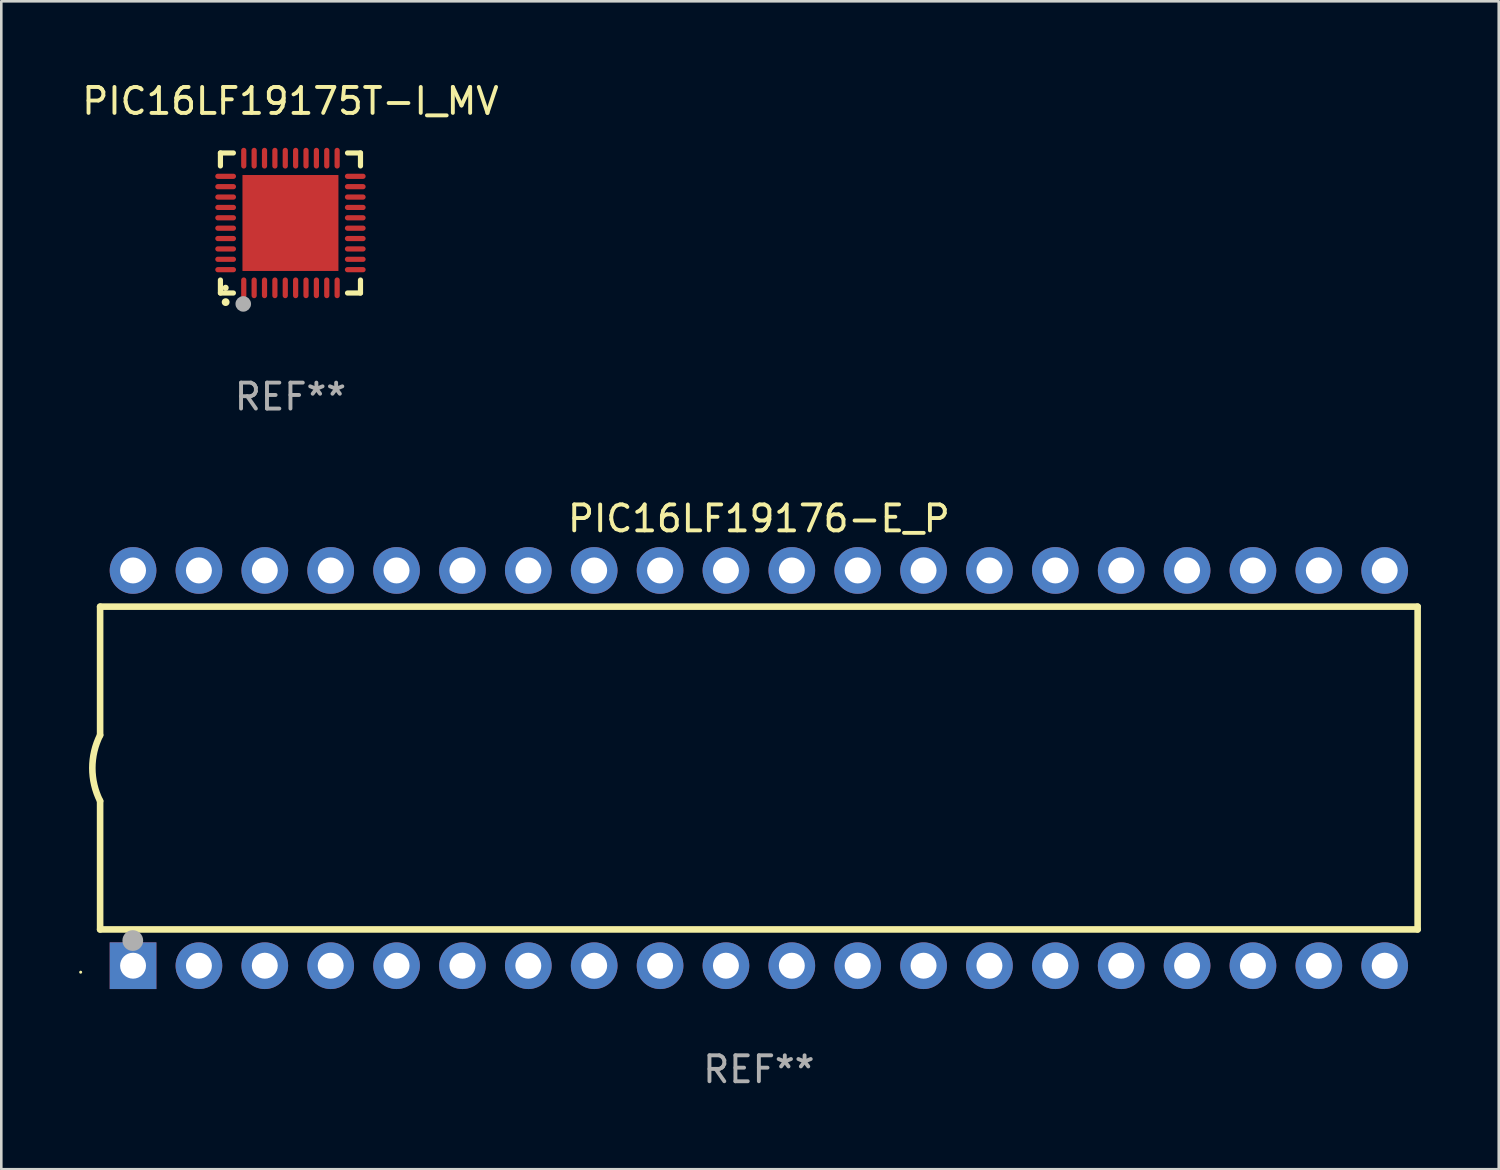
<source format=kicad_pcb>
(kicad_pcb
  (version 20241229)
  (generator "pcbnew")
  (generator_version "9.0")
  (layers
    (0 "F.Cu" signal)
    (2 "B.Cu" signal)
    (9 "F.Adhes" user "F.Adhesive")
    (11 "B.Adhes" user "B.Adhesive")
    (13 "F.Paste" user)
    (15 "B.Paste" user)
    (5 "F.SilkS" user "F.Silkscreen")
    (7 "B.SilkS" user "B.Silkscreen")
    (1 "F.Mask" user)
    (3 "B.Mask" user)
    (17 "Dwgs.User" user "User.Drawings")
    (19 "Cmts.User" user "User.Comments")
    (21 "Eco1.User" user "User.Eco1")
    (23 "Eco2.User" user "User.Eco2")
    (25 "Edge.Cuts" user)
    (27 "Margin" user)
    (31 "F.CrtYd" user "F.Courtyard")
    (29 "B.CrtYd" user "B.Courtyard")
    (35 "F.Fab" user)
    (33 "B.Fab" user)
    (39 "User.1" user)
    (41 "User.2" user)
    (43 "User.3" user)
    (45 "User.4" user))
  (footprint "PIC16LF19175T-I_MV"
    (layer "F.Cu")
    (at 8.149 5.548)
    (property "Reference" "PIC16LF19175T-I_MV" (at 0 -4.7 0) (layer "F.SilkS") (effects (font (size 1 1) (thickness 0.15))))
    (attr through_hole)
    (fp_line (start -2.7 -2.7) (end -2.7 -2.2) (stroke (width 0.2) (type solid)) (layer "F.SilkS"))
    (fp_line (start -2.7 2.7) (end -2.7 2.2) (stroke (width 0.2) (type solid)) (layer "F.SilkS"))
    (fp_line (start -2.2 -2.7) (end -2.7 -2.7) (stroke (width 0.2) (type solid)) (layer "F.SilkS"))
    (fp_line (start -2.2 2.7) (end -2.7 2.7) (stroke (width 0.2) (type solid)) (layer "F.SilkS"))
    (fp_line (start 2.7 -2.7) (end 2.2 -2.7) (stroke (width 0.2) (type solid)) (layer "F.SilkS"))
    (fp_line (start 2.7 -2.2) (end 2.7 -2.7) (stroke (width 0.2) (type solid)) (layer "F.SilkS"))
    (fp_line (start 2.7 2.2) (end 2.7 2.7) (stroke (width 0.2) (type solid)) (layer "F.SilkS"))
    (fp_line (start 2.7 2.7) (end 2.2 2.7) (stroke (width 0.2) (type solid)) (layer "F.SilkS"))
    (fp_arc (start -2.499365 3.050546) (mid -2.498095 3.050541) (end -2.496825 3.050546) (stroke (width 0.3) (type solid)) (layer "F.SilkS"))
    (fp_circle (center -2.5 2.5) (end -2.44 2.5) (stroke (width 0.12) (type solid)) (fill no) (layer "F.SilkS"))
    (fp_circle (center -1.82 3.12) (end -1.67 3.12) (stroke (width 0.3) (type solid)) (fill no) (layer "F.Fab"))
    (fp_text user "REF**" (at 0 6.7 0) (layer "F.Fab") (effects (font (size 1 1) (thickness 0.15))))
    (pad "1" smd oval (at -1.8 2.499) (size 0.2 0.8) (layers "F.Cu" "F.Mask" "F.Paste"))
    (pad "2" smd oval (at -1.4 2.499) (size 0.2 0.8) (layers "F.Cu" "F.Mask" "F.Paste"))
    (pad "3" smd oval (at -1 2.499) (size 0.2 0.8) (layers "F.Cu" "F.Mask" "F.Paste"))
    (pad "4" smd oval (at -0.6 2.499) (size 0.2 0.8) (layers "F.Cu" "F.Mask" "F.Paste"))
    (pad "5" smd oval (at -0.2 2.499) (size 0.2 0.8) (layers "F.Cu" "F.Mask" "F.Paste"))
    (pad "6" smd oval (at 0.2 2.499) (size 0.2 0.8) (layers "F.Cu" "F.Mask" "F.Paste"))
    (pad "7" smd oval (at 0.6 2.499) (size 0.2 0.8) (layers "F.Cu" "F.Mask" "F.Paste"))
    (pad "8" smd oval (at 1 2.499) (size 0.2 0.8) (layers "F.Cu" "F.Mask" "F.Paste"))
    (pad "9" smd oval (at 1.4 2.499) (size 0.2 0.8) (layers "F.Cu" "F.Mask" "F.Paste"))
    (pad "10" smd oval (at 1.8 2.499) (size 0.2 0.8) (layers "F.Cu" "F.Mask" "F.Paste"))
    (pad "11" smd oval (at 2.499 1.8) (size 0.8 0.2) (layers "F.Cu" "F.Mask" "F.Paste"))
    (pad "12" smd oval (at 2.499 1.4) (size 0.8 0.2) (layers "F.Cu" "F.Mask" "F.Paste"))
    (pad "13" smd oval (at 2.499 1) (size 0.8 0.2) (layers "F.Cu" "F.Mask" "F.Paste"))
    (pad "14" smd oval (at 2.499 0.6) (size 0.8 0.2) (layers "F.Cu" "F.Mask" "F.Paste"))
    (pad "15" smd oval (at 2.499 0.2) (size 0.8 0.2) (layers "F.Cu" "F.Mask" "F.Paste"))
    (pad "16" smd oval (at 2.499 -0.2) (size 0.8 0.2) (layers "F.Cu" "F.Mask" "F.Paste"))
    (pad "17" smd oval (at 2.499 -0.6) (size 0.8 0.2) (layers "F.Cu" "F.Mask" "F.Paste"))
    (pad "18" smd oval (at 2.499 -1) (size 0.8 0.2) (layers "F.Cu" "F.Mask" "F.Paste"))
    (pad "19" smd oval (at 2.499 -1.4) (size 0.8 0.2) (layers "F.Cu" "F.Mask" "F.Paste"))
    (pad "20" smd oval (at 2.499 -1.8) (size 0.8 0.2) (layers "F.Cu" "F.Mask" "F.Paste"))
    (pad "21" smd oval (at 1.8 -2.499) (size 0.2 0.8) (layers "F.Cu" "F.Mask" "F.Paste"))
    (pad "22" smd oval (at 1.4 -2.499) (size 0.2 0.8) (layers "F.Cu" "F.Mask" "F.Paste"))
    (pad "23" smd oval (at 1 -2.499) (size 0.2 0.8) (layers "F.Cu" "F.Mask" "F.Paste"))
    (pad "24" smd oval (at 0.6 -2.499) (size 0.2 0.8) (layers "F.Cu" "F.Mask" "F.Paste"))
    (pad "25" smd oval (at 0.2 -2.499) (size 0.2 0.8) (layers "F.Cu" "F.Mask" "F.Paste"))
    (pad "26" smd oval (at -0.2 -2.499) (size 0.2 0.8) (layers "F.Cu" "F.Mask" "F.Paste"))
    (pad "27" smd oval (at -0.6 -2.499) (size 0.2 0.8) (layers "F.Cu" "F.Mask" "F.Paste"))
    (pad "28" smd oval (at -1 -2.499) (size 0.2 0.8) (layers "F.Cu" "F.Mask" "F.Paste"))
    (pad "29" smd oval (at -1.4 -2.499) (size 0.2 0.8) (layers "F.Cu" "F.Mask" "F.Paste"))
    (pad "30" smd oval (at -1.8 -2.499) (size 0.2 0.8) (layers "F.Cu" "F.Mask" "F.Paste"))
    (pad "31" smd oval (at -2.499 -1.8) (size 0.8 0.2) (layers "F.Cu" "F.Mask" "F.Paste"))
    (pad "32" smd oval (at -2.499 -1.4) (size 0.8 0.2) (layers "F.Cu" "F.Mask" "F.Paste"))
    (pad "33" smd oval (at -2.499 -1) (size 0.8 0.2) (layers "F.Cu" "F.Mask" "F.Paste"))
    (pad "34" smd oval (at -2.499 -0.6) (size 0.8 0.2) (layers "F.Cu" "F.Mask" "F.Paste"))
    (pad "35" smd oval (at -2.499 -0.2) (size 0.8 0.2) (layers "F.Cu" "F.Mask" "F.Paste"))
    (pad "36" smd oval (at -2.499 0.2) (size 0.8 0.2) (layers "F.Cu" "F.Mask" "F.Paste"))
    (pad "37" smd oval (at -2.499 0.6) (size 0.8 0.2) (layers "F.Cu" "F.Mask" "F.Paste"))
    (pad "38" smd oval (at -2.499 1) (size 0.8 0.2) (layers "F.Cu" "F.Mask" "F.Paste"))
    (pad "39" smd oval (at -2.499 1.4) (size 0.8 0.2) (layers "F.Cu" "F.Mask" "F.Paste"))
    (pad "40" smd oval (at -2.499 1.8) (size 0.8 0.2) (layers "F.Cu" "F.Mask" "F.Paste"))
    (pad "41" smd rect (at 0 0) (size 3.7 3.7) (layers "F.Cu" "F.Mask" "F.Paste")))
  (footprint "PIC16LF19176-E_P"
    (layer "F.Cu")
    (at 26.21 26.565)
    (property "Reference" "PIC16LF19176-E_P" (at 0 -9.62 0) (layer "F.SilkS") (effects (font (size 1 1) (thickness 0.15))))
    (attr through_hole)
    (fp_line (start -25.4 -6.224) (end -25.4 -1.271) (stroke (width 0.254) (type solid)) (layer "F.SilkS"))
    (fp_line (start -25.4 -6.224) (end 25.4 -6.224) (stroke (width 0.254) (type solid)) (layer "F.SilkS"))
    (fp_line (start -25.4 1.269) (end -25.4 6.222) (stroke (width 0.254) (type solid)) (layer "F.SilkS"))
    (fp_line (start -25.4 6.222) (end 25.4 6.222) (stroke (width 0.254) (type solid)) (layer "F.SilkS"))
    (fp_line (start 25.4 6.222) (end 25.4 -6.224) (stroke (width 0.254) (type solid)) (layer "F.SilkS"))
    (fp_arc (start -25.4 1.269241) (mid -25.699807 -0.000762) (end -25.4 -1.270765) (stroke (width 0.254001) (type solid)) (layer "F.SilkS"))
    (fp_circle (center -26.15 7.87) (end -26.12 7.87) (stroke (width 0.06) (type solid)) (fill no) (layer "F.SilkS"))
    (fp_circle (center -24.14 6.65) (end -23.94 6.65) (stroke (width 0.4) (type solid)) (fill no) (layer "F.Fab"))
    (fp_text user "REF**" (at 0 11.62 0) (layer "F.Fab") (effects (font (size 1 1) (thickness 0.15))))
    (pad "1" thru_hole rect (at -24.13 7.62 90) (size 1.8 1.8) (drill 1) (layers "*.Cu" "*.Mask"))
    (pad "2" thru_hole circle (at -21.59 7.62) (size 1.8 1.8) (drill 1) (layers "*.Cu" "*.Mask"))
    (pad "3" thru_hole circle (at -19.05 7.62) (size 1.8 1.8) (drill 1) (layers "*.Cu" "*.Mask"))
    (pad "4" thru_hole circle (at -16.51 7.62) (size 1.8 1.8) (drill 1) (layers "*.Cu" "*.Mask"))
    (pad "5" thru_hole circle (at -13.97 7.62) (size 1.8 1.8) (drill 1) (layers "*.Cu" "*.Mask"))
    (pad "6" thru_hole circle (at -11.43 7.62) (size 1.8 1.8) (drill 1) (layers "*.Cu" "*.Mask"))
    (pad "7" thru_hole circle (at -8.89 7.62) (size 1.8 1.8) (drill 1) (layers "*.Cu" "*.Mask"))
    (pad "8" thru_hole circle (at -6.35 7.62) (size 1.8 1.8) (drill 1) (layers "*.Cu" "*.Mask"))
    (pad "9" thru_hole circle (at -3.81 7.62) (size 1.8 1.8) (drill 1) (layers "*.Cu" "*.Mask"))
    (pad "10" thru_hole circle (at -1.27 7.62) (size 1.8 1.8) (drill 1) (layers "*.Cu" "*.Mask"))
    (pad "11" thru_hole circle (at 1.27 7.62) (size 1.8 1.8) (drill 1) (layers "*.Cu" "*.Mask"))
    (pad "12" thru_hole circle (at 3.81 7.62) (size 1.8 1.8) (drill 1) (layers "*.Cu" "*.Mask"))
    (pad "13" thru_hole circle (at 6.35 7.62) (size 1.8 1.8) (drill 1) (layers "*.Cu" "*.Mask"))
    (pad "14" thru_hole circle (at 8.89 7.62) (size 1.8 1.8) (drill 1) (layers "*.Cu" "*.Mask"))
    (pad "15" thru_hole circle (at 11.43 7.62) (size 1.8 1.8) (drill 1) (layers "*.Cu" "*.Mask"))
    (pad "16" thru_hole circle (at 13.97 7.62) (size 1.8 1.8) (drill 1) (layers "*.Cu" "*.Mask"))
    (pad "17" thru_hole circle (at 16.51 7.62) (size 1.8 1.8) (drill 1) (layers "*.Cu" "*.Mask"))
    (pad "18" thru_hole circle (at 19.05 7.62) (size 1.8 1.8) (drill 1) (layers "*.Cu" "*.Mask"))
    (pad "19" thru_hole circle (at 21.59 7.62) (size 1.8 1.8) (drill 1) (layers "*.Cu" "*.Mask"))
    (pad "20" thru_hole circle (at 24.13 7.62) (size 1.8 1.8) (drill 1) (layers "*.Cu" "*.Mask"))
    (pad "21" thru_hole circle (at 24.13 -7.62) (size 1.8 1.8) (drill 1) (layers "*.Cu" "*.Mask"))
    (pad "22" thru_hole circle (at 21.59 -7.62) (size 1.8 1.8) (drill 1) (layers "*.Cu" "*.Mask"))
    (pad "23" thru_hole circle (at 19.05 -7.62) (size 1.8 1.8) (drill 1) (layers "*.Cu" "*.Mask"))
    (pad "24" thru_hole circle (at 16.51 -7.62) (size 1.8 1.8) (drill 1) (layers "*.Cu" "*.Mask"))
    (pad "25" thru_hole circle (at 13.97 -7.62) (size 1.8 1.8) (drill 1) (layers "*.Cu" "*.Mask"))
    (pad "26" thru_hole circle (at 11.43 -7.62) (size 1.8 1.8) (drill 1) (layers "*.Cu" "*.Mask"))
    (pad "27" thru_hole circle (at 8.89 -7.62) (size 1.8 1.8) (drill 1) (layers "*.Cu" "*.Mask"))
    (pad "28" thru_hole circle (at 6.35 -7.62) (size 1.8 1.8) (drill 1) (layers "*.Cu" "*.Mask"))
    (pad "29" thru_hole circle (at 3.81 -7.62) (size 1.8 1.8) (drill 1) (layers "*.Cu" "*.Mask"))
    (pad "30" thru_hole circle (at 1.27 -7.62) (size 1.8 1.8) (drill 1) (layers "*.Cu" "*.Mask"))
    (pad "31" thru_hole circle (at -1.27 -7.62) (size 1.8 1.8) (drill 1) (layers "*.Cu" "*.Mask"))
    (pad "32" thru_hole circle (at -3.81 -7.62) (size 1.8 1.8) (drill 1) (layers "*.Cu" "*.Mask"))
    (pad "33" thru_hole circle (at -6.35 -7.62) (size 1.8 1.8) (drill 1) (layers "*.Cu" "*.Mask"))
    (pad "34" thru_hole circle (at -8.89 -7.62) (size 1.8 1.8) (drill 1) (layers "*.Cu" "*.Mask"))
    (pad "35" thru_hole circle (at -11.43 -7.62) (size 1.8 1.8) (drill 1) (layers "*.Cu" "*.Mask"))
    (pad "36" thru_hole circle (at -13.97 -7.62) (size 1.8 1.8) (drill 1) (layers "*.Cu" "*.Mask"))
    (pad "37" thru_hole circle (at -16.51 -7.62) (size 1.8 1.8) (drill 1) (layers "*.Cu" "*.Mask"))
    (pad "38" thru_hole circle (at -19.05 -7.62) (size 1.8 1.8) (drill 1) (layers "*.Cu" "*.Mask"))
    (pad "39" thru_hole circle (at -21.59 -7.62) (size 1.8 1.8) (drill 1) (layers "*.Cu" "*.Mask"))
    (pad "40" thru_hole circle (at -24.13 -7.62) (size 1.8 1.8) (drill 1) (layers "*.Cu" "*.Mask")))
  (gr_rect
    (start -3 -3)
    (end 54.737 42.033)
    (stroke (width 0.1) (type default))
    (fill no)
    (layer "Edge.Cuts")))
</source>
